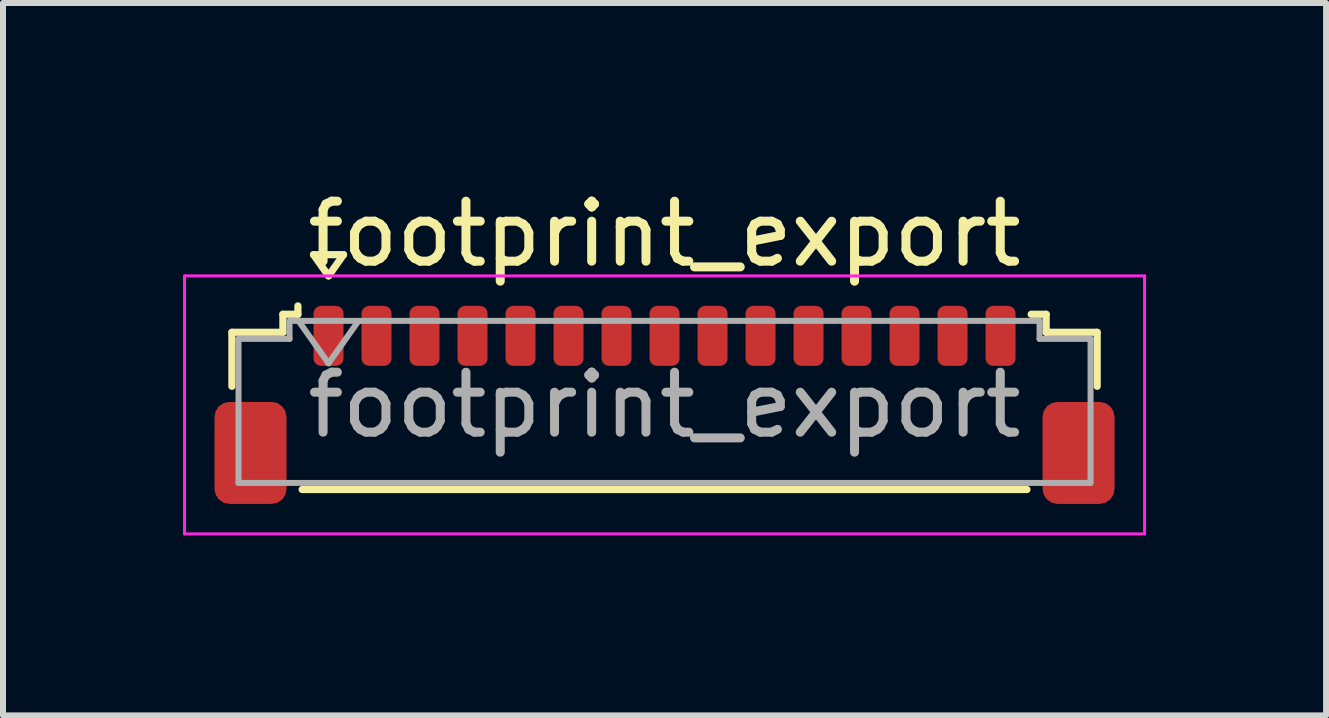
<source format=kicad_pcb>
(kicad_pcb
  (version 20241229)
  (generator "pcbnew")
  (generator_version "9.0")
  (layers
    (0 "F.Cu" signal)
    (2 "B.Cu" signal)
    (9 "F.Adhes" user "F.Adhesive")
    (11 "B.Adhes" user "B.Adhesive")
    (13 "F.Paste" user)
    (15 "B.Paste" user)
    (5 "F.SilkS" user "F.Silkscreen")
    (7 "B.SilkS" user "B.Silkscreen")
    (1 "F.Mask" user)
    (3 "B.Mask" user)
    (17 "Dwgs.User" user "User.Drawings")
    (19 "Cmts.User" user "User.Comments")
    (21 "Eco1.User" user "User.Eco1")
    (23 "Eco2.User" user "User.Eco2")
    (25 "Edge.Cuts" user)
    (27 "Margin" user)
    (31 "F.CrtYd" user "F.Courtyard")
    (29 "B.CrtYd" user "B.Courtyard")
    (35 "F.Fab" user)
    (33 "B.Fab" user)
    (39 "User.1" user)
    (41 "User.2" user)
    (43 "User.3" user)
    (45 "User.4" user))
  (footprint "footprint_export"
    (layer "F.Cu")
    (at 8.025 3.698)
    (property "Reference" "footprint_export" (at 0 -2.85 0) (layer "F.SilkS") (effects (font (size 1 1) (thickness 0.15))))
    (attr smd)
    (fp_line (start -7.21 -1.21) (end -6.36 -1.21) (stroke (width 0.12) (type solid)) (layer "F.SilkS"))
    (fp_line (start -7.21 -0.31) (end -7.21 -1.21) (stroke (width 0.12) (type solid)) (layer "F.SilkS"))
    (fp_line (start -6.36 -1.51) (end -6.11 -1.51) (stroke (width 0.12) (type solid)) (layer "F.SilkS"))
    (fp_line (start -6.36 -1.21) (end -6.36 -1.51) (stroke (width 0.12) (type solid)) (layer "F.SilkS"))
    (fp_line (start -6.11 -1.51) (end -6.11 -1.65) (stroke (width 0.12) (type solid)) (layer "F.SilkS"))
    (fp_line (start -6.04 1.41) (end 6.04 1.41) (stroke (width 0.12) (type solid)) (layer "F.SilkS"))
    (fp_line (start -5.85 -2.504) (end -5.6 -2.15) (stroke (width 0.12) (type solid)) (layer "F.SilkS"))
    (fp_line (start -5.6 -2.15) (end -5.35 -2.504) (stroke (width 0.12) (type solid)) (layer "F.SilkS"))
    (fp_line (start -5.35 -2.504) (end -5.85 -2.504) (stroke (width 0.12) (type solid)) (layer "F.SilkS"))
    (fp_line (start 6.36 -1.51) (end 6.11 -1.51) (stroke (width 0.12) (type solid)) (layer "F.SilkS"))
    (fp_line (start 6.36 -1.21) (end 6.36 -1.51) (stroke (width 0.12) (type solid)) (layer "F.SilkS"))
    (fp_line (start 7.21 -1.21) (end 6.36 -1.21) (stroke (width 0.12) (type solid)) (layer "F.SilkS"))
    (fp_line (start 7.21 -0.31) (end 7.21 -1.21) (stroke (width 0.12) (type solid)) (layer "F.SilkS"))
    (fp_line (start -8 -2.15) (end -8 2.15) (stroke (width 0.05) (type solid)) (layer "F.CrtYd"))
    (fp_line (start -8 2.15) (end 8 2.15) (stroke (width 0.05) (type solid)) (layer "F.CrtYd"))
    (fp_line (start 8 -2.15) (end -8 -2.15) (stroke (width 0.05) (type solid)) (layer "F.CrtYd"))
    (fp_line (start 8 2.15) (end 8 -2.15) (stroke (width 0.05) (type solid)) (layer "F.CrtYd"))
    (fp_line (start -7.1 -1.1) (end -7.1 1.3) (stroke (width 0.1) (type solid)) (layer "F.Fab"))
    (fp_line (start -7.1 -1.1) (end -6.25 -1.1) (stroke (width 0.1) (type solid)) (layer "F.Fab"))
    (fp_line (start -7.1 1.3) (end 7.1 1.3) (stroke (width 0.1) (type solid)) (layer "F.Fab"))
    (fp_line (start -6.25 -1.4) (end 6.25 -1.4) (stroke (width 0.1) (type solid)) (layer "F.Fab"))
    (fp_line (start -6.25 -1.1) (end -6.25 -1.4) (stroke (width 0.1) (type solid)) (layer "F.Fab"))
    (fp_line (start -6.1 -1.4) (end -5.6 -0.693) (stroke (width 0.1) (type solid)) (layer "F.Fab"))
    (fp_line (start -5.6 -0.693) (end -5.1 -1.4) (stroke (width 0.1) (type solid)) (layer "F.Fab"))
    (fp_line (start 6.25 -1.4) (end 6.25 -1.1) (stroke (width 0.1) (type solid)) (layer "F.Fab"))
    (fp_line (start 6.25 -1.1) (end 7.1 -1.1) (stroke (width 0.1) (type solid)) (layer "F.Fab"))
    (fp_line (start 7.1 -1.1) (end 7.1 1.3) (stroke (width 0.1) (type solid)) (layer "F.Fab"))
    (fp_text user "${REFERENCE}" (at 0 0 0) (layer "F.Fab") (effects (font (size 1 1) (thickness 0.15))))
    (pad "1" smd roundrect (at -5.6 -1.15) (size 0.5 1) (layers "F.Cu" "F.Mask" "F.Paste") (roundrect_rratio 0.25))
    (pad "2" smd roundrect (at -4.8 -1.15) (size 0.5 1) (layers "F.Cu" "F.Mask" "F.Paste") (roundrect_rratio 0.25))
    (pad "3" smd roundrect (at -4 -1.15) (size 0.5 1) (layers "F.Cu" "F.Mask" "F.Paste") (roundrect_rratio 0.25))
    (pad "4" smd roundrect (at -3.2 -1.15) (size 0.5 1) (layers "F.Cu" "F.Mask" "F.Paste") (roundrect_rratio 0.25))
    (pad "5" smd roundrect (at -2.4 -1.15) (size 0.5 1) (layers "F.Cu" "F.Mask" "F.Paste") (roundrect_rratio 0.25))
    (pad "6" smd roundrect (at -1.6 -1.15) (size 0.5 1) (layers "F.Cu" "F.Mask" "F.Paste") (roundrect_rratio 0.25))
    (pad "7" smd roundrect (at -0.8 -1.15) (size 0.5 1) (layers "F.Cu" "F.Mask" "F.Paste") (roundrect_rratio 0.25))
    (pad "8" smd roundrect (at 0 -1.15) (size 0.5 1) (layers "F.Cu" "F.Mask" "F.Paste") (roundrect_rratio 0.25))
    (pad "9" smd roundrect (at 0.8 -1.15) (size 0.5 1) (layers "F.Cu" "F.Mask" "F.Paste") (roundrect_rratio 0.25))
    (pad "10" smd roundrect (at 1.6 -1.15) (size 0.5 1) (layers "F.Cu" "F.Mask" "F.Paste") (roundrect_rratio 0.25))
    (pad "11" smd roundrect (at 2.4 -1.15) (size 0.5 1) (layers "F.Cu" "F.Mask" "F.Paste") (roundrect_rratio 0.25))
    (pad "12" smd roundrect (at 3.2 -1.15) (size 0.5 1) (layers "F.Cu" "F.Mask" "F.Paste") (roundrect_rratio 0.25))
    (pad "13" smd roundrect (at 4 -1.15) (size 0.5 1) (layers "F.Cu" "F.Mask" "F.Paste") (roundrect_rratio 0.25))
    (pad "14" smd roundrect (at 4.8 -1.15) (size 0.5 1) (layers "F.Cu" "F.Mask" "F.Paste") (roundrect_rratio 0.25))
    (pad "15" smd roundrect (at 5.6 -1.15) (size 0.5 1) (layers "F.Cu" "F.Mask" "F.Paste") (roundrect_rratio 0.25))
    (pad "MP" smd roundrect (at -6.9 0.8) (size 1.2 1.7) (layers "F.Cu" "F.Mask" "F.Paste") (roundrect_rratio 0.208))
    (pad "MP" smd roundrect (at 6.9 0.8) (size 1.2 1.7) (layers "F.Cu" "F.Mask" "F.Paste") (roundrect_rratio 0.208)))
  (gr_rect
    (start -3 -3)
    (end 19.05 8.873)
    (stroke (width 0.1) (type default))
    (fill no)
    (layer "Edge.Cuts")))
</source>
